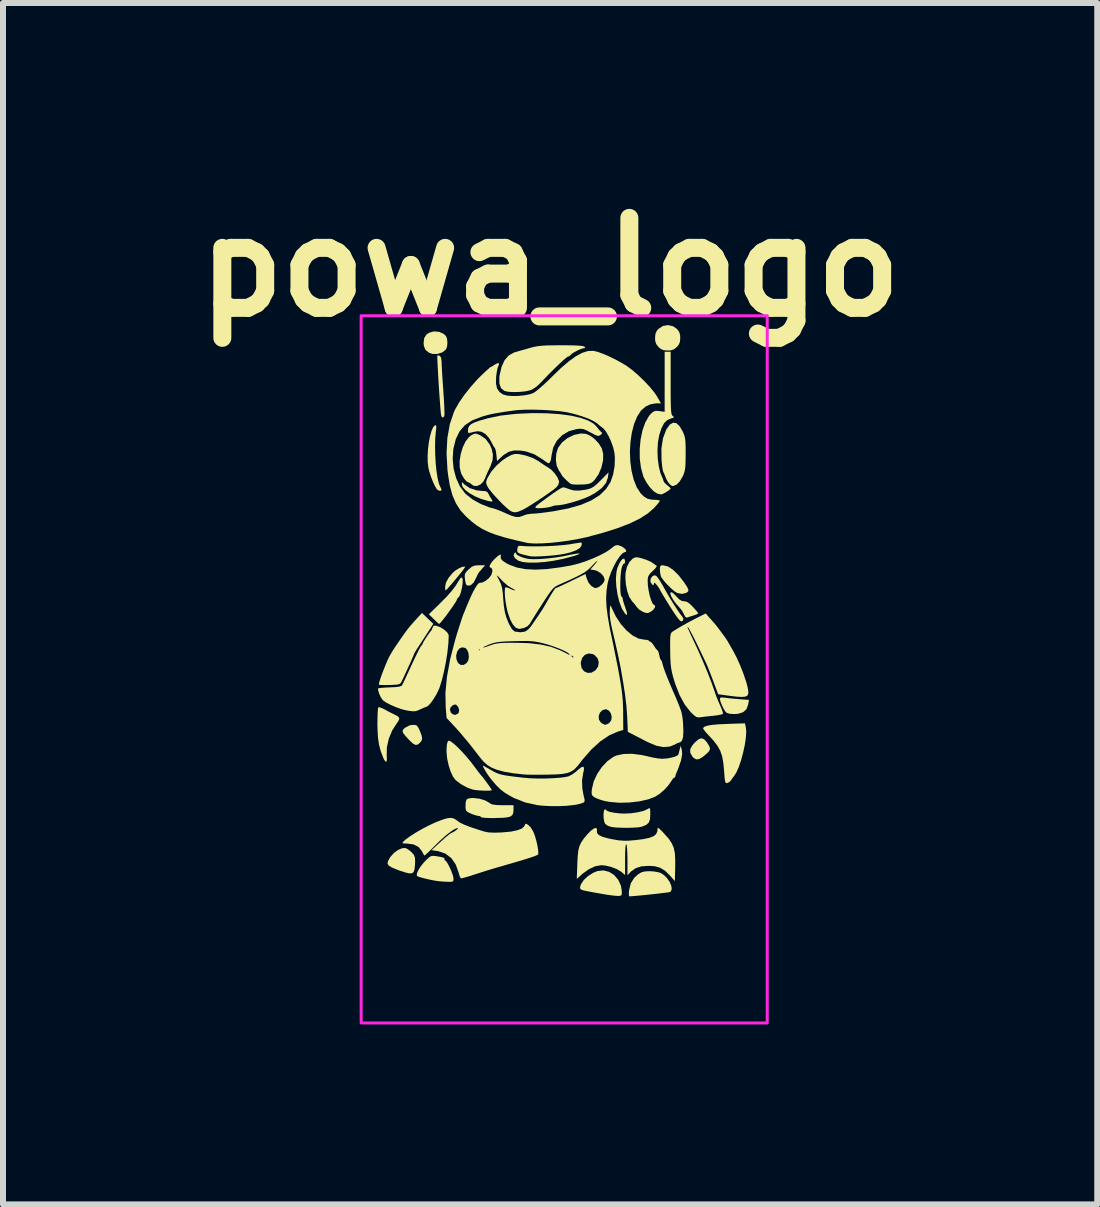
<source format=kicad_pcb>
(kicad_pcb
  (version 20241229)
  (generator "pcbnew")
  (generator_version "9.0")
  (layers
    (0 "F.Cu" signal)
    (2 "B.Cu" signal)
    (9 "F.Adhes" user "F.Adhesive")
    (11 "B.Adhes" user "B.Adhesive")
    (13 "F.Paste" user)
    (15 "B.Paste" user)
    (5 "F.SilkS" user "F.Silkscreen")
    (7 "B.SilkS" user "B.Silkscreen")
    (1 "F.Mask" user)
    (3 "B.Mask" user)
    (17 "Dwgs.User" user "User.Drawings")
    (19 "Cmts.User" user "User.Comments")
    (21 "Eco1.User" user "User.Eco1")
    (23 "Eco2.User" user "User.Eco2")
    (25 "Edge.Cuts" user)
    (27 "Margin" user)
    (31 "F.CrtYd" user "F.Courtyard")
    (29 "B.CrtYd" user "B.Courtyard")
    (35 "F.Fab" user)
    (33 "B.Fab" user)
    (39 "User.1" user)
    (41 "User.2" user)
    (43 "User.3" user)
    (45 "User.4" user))
  (footprint "powa_logo"
    (layer "F.Cu")
    (at 6.131 7.094)
    (property "Reference" "powa_logo" (at -0.01 -5.69 0) (layer "F.SilkS") (effects (font (size 1.5 1.5) (thickness 0.3))))
    (attr board_only exclude_from_pos_files exclude_from_bom)
    (fp_poly (pts (xy -1.862 -4.612) (xy -1.786 -4.579) (xy -1.746 -4.542) (xy -1.728 -4.495) (xy -1.722 -4.429) (xy -1.728 -4.364) (xy -1.746 -4.318) (xy -1.806 -4.27) (xy -1.885 -4.244) (xy -1.969 -4.243) (xy -2.03 -4.264) (xy -2.087 -4.311) (xy -2.114 -4.374) (xy -2.119 -4.43) (xy -2.108 -4.51) (xy -2.072 -4.566) (xy -2.026 -4.597) (xy -1.947 -4.619)) (stroke (width 0) (type solid)) (fill yes) (layer "F.SilkS"))
    (fp_poly (pts (xy 2.556 2.179) (xy 2.602 2.229) (xy 2.607 2.236) (xy 2.645 2.298) (xy 2.657 2.341) (xy 2.642 2.378) (xy 2.611 2.411) (xy 2.533 2.477) (xy 2.473 2.511) (xy 2.425 2.516) (xy 2.383 2.491) (xy 2.361 2.467) (xy 2.327 2.406) (xy 2.326 2.347) (xy 2.361 2.283) (xy 2.397 2.241) (xy 2.459 2.185) (xy 2.51 2.164)) (stroke (width 0) (type solid)) (fill yes) (layer "F.SilkS"))
    (fp_poly (pts (xy -1.435 -2.064) (xy -1.348 -2.006) (xy -1.24 -1.97) (xy -1.15 -1.96) (xy -1.09 -1.956) (xy -1.057 -1.942) (xy -1.04 -1.915) (xy -1.012 -1.863) (xy -0.988 -1.825) (xy -0.97 -1.795) (xy -0.976 -1.783) (xy -1.014 -1.786) (xy -1.05 -1.794) (xy -1.159 -1.825) (xy -1.262 -1.869) (xy -1.352 -1.92) (xy -1.423 -1.974) (xy -1.468 -2.027) (xy -1.48 -2.065) (xy -1.48 -2.107)) (stroke (width 0) (type solid)) (fill yes) (layer "F.SilkS"))
    (fp_poly (pts (xy -1.427 -0.693) (xy -1.436 -0.676) (xy -1.465 -0.636) (xy -1.509 -0.58) (xy -1.562 -0.515) (xy -1.618 -0.448) (xy -1.671 -0.386) (xy -1.715 -0.336) (xy -1.744 -0.306) (xy -1.753 -0.3) (xy -1.758 -0.317) (xy -1.76 -0.359) (xy -1.76 -0.361) (xy -1.746 -0.432) (xy -1.703 -0.51) (xy -1.633 -0.595) (xy -1.586 -0.635) (xy -1.53 -0.669) (xy -1.477 -0.692) (xy -1.437 -0.698)) (stroke (width 0) (type solid)) (fill yes) (layer "F.SilkS"))
    (fp_poly (pts (xy 2.905 1.488) (xy 2.968 1.496) (xy 3.053 1.505) (xy 3.142 1.512) (xy 3.147 1.513) (xy 3.305 1.524) (xy 3.293 1.597) (xy 3.265 1.677) (xy 3.21 1.729) (xy 3.125 1.756) (xy 3.062 1.76) (xy 2.985 1.756) (xy 2.938 1.742) (xy 2.917 1.725) (xy 2.886 1.678) (xy 2.855 1.615) (xy 2.831 1.554) (xy 2.82 1.509) (xy 2.82 1.507) (xy 2.827 1.488) (xy 2.855 1.483)) (stroke (width 0) (type solid)) (fill yes) (layer "F.SilkS"))
    (fp_poly (pts (xy -2.254 1.943) (xy -2.226 1.958) (xy -2.203 1.994) (xy -2.182 2.039) (xy -2.153 2.114) (xy -2.143 2.166) (xy -2.152 2.204) (xy -2.18 2.24) (xy -2.18 2.24) (xy -2.218 2.27) (xy -2.254 2.275) (xy -2.296 2.253) (xy -2.352 2.201) (xy -2.363 2.189) (xy -2.424 2.123) (xy -2.459 2.078) (xy -2.47 2.046) (xy -2.46 2.019) (xy -2.431 1.991) (xy -2.427 1.988) (xy -2.35 1.948) (xy -2.297 1.941)) (stroke (width 0) (type solid)) (fill yes) (layer "F.SilkS"))
    (fp_poly (pts (xy -1.132 -0.676) (xy -1.168 -0.634) (xy -1.192 -0.607) (xy -1.214 -0.573) (xy -1.238 -0.522) (xy -1.24 -0.517) (xy -1.283 -0.434) (xy -1.331 -0.389) (xy -1.371 -0.38) (xy -1.398 -0.386) (xy -1.414 -0.409) (xy -1.425 -0.459) (xy -1.428 -0.48) (xy -1.434 -0.541) (xy -1.427 -0.581) (xy -1.401 -0.618) (xy -1.369 -0.65) (xy -1.318 -0.693) (xy -1.272 -0.714) (xy -1.211 -0.72) (xy -1.195 -0.72) (xy -1.094 -0.72)) (stroke (width 0) (type solid)) (fill yes) (layer "F.SilkS"))
    (fp_poly (pts (xy 2.04 -4.705) (xy 2.102 -4.662) (xy 2.14 -4.614) (xy 2.157 -4.562) (xy 2.16 -4.51) (xy 2.154 -4.443) (xy 2.133 -4.394) (xy 2.102 -4.358) (xy 2.054 -4.32) (xy 2.002 -4.303) (xy 1.95 -4.3) (xy 1.883 -4.306) (xy 1.834 -4.327) (xy 1.798 -4.358) (xy 1.76 -4.406) (xy 1.743 -4.458) (xy 1.74 -4.51) (xy 1.746 -4.577) (xy 1.767 -4.626) (xy 1.798 -4.662) (xy 1.872 -4.71) (xy 1.957 -4.724)) (stroke (width 0) (type solid)) (fill yes) (layer "F.SilkS"))
    (fp_poly (pts (xy 1.952 -0.701) (xy 2.04 -0.645) (xy 2.133 -0.553) (xy 2.229 -0.429) (xy 2.237 -0.416) (xy 2.278 -0.352) (xy 2.296 -0.31) (xy 2.292 -0.284) (xy 2.267 -0.264) (xy 2.261 -0.261) (xy 2.191 -0.242) (xy 2.109 -0.259) (xy 2.104 -0.261) (xy 2.061 -0.288) (xy 2.004 -0.338) (xy 1.943 -0.398) (xy 1.888 -0.46) (xy 1.849 -0.513) (xy 1.838 -0.534) (xy 1.825 -0.589) (xy 1.82 -0.651) (xy 1.824 -0.698) (xy 1.841 -0.717) (xy 1.871 -0.72)) (stroke (width 0) (type solid)) (fill yes) (layer "F.SilkS"))
    (fp_poly (pts (xy -2.421 3.994) (xy -2.384 4.013) (xy -2.336 4.049) (xy -2.323 4.061) (xy -2.281 4.107) (xy -2.263 4.155) (xy -2.26 4.206) (xy -2.263 4.278) (xy -2.27 4.345) (xy -2.272 4.357) (xy -2.286 4.394) (xy -2.31 4.414) (xy -2.353 4.417) (xy -2.418 4.403) (xy -2.512 4.373) (xy -2.555 4.357) (xy -2.644 4.321) (xy -2.698 4.289) (xy -2.72 4.254) (xy -2.712 4.211) (xy -2.678 4.151) (xy -2.665 4.133) (xy -2.612 4.075) (xy -2.546 4.027) (xy -2.479 3.998) (xy -2.423 3.993)) (stroke (width 0) (type solid)) (fill yes) (layer "F.SilkS"))
    (fp_poly (pts (xy 0.974 4.391) (xy 1.059 4.445) (xy 1.126 4.524) (xy 1.171 4.622) (xy 1.184 4.703) (xy 1.186 4.757) (xy 1.177 4.783) (xy 1.151 4.792) (xy 1.13 4.793) (xy 1.085 4.791) (xy 1.013 4.783) (xy 0.924 4.77) (xy 0.86 4.759) (xy 0.739 4.738) (xy 0.652 4.722) (xy 0.592 4.71) (xy 0.553 4.702) (xy 0.529 4.695) (xy 0.514 4.689) (xy 0.504 4.683) (xy 0.489 4.665) (xy 0.492 4.633) (xy 0.507 4.594) (xy 0.551 4.528) (xy 0.621 4.463) (xy 0.706 4.408) (xy 0.779 4.378) (xy 0.879 4.367)) (stroke (width 0) (type solid)) (fill yes) (layer "F.SilkS"))
    (fp_poly (pts (xy 1.723 4.385) (xy 1.796 4.398) (xy 1.829 4.408) (xy 1.889 4.445) (xy 1.941 4.498) (xy 1.983 4.56) (xy 2.01 4.622) (xy 2.018 4.677) (xy 2.004 4.716) (xy 1.983 4.729) (xy 1.955 4.734) (xy 1.895 4.741) (xy 1.813 4.751) (xy 1.716 4.762) (xy 1.613 4.773) (xy 1.513 4.783) (xy 1.425 4.791) (xy 1.355 4.797) (xy 1.314 4.8) (xy 1.312 4.8) (xy 1.304 4.782) (xy 1.303 4.736) (xy 1.307 4.698) (xy 1.335 4.583) (xy 1.392 4.491) (xy 1.46 4.43) (xy 1.512 4.399) (xy 1.571 4.384) (xy 1.645 4.38)) (stroke (width 0) (type solid)) (fill yes) (layer "F.SilkS"))
    (fp_poly (pts (xy 2.053 -0.245) (xy 2.091 -0.204) (xy 2.144 -0.15) (xy 2.188 -0.125) (xy 2.224 -0.12) (xy 2.267 -0.112) (xy 2.313 -0.083) (xy 2.37 -0.027) (xy 2.372 -0.025) (xy 2.417 0.026) (xy 2.449 0.064) (xy 2.46 0.082) (xy 2.443 0.094) (xy 2.399 0.111) (xy 2.378 0.118) (xy 2.321 0.136) (xy 2.278 0.15) (xy 2.27 0.153) (xy 2.246 0.143) (xy 2.224 0.102) (xy 2.223 0.101) (xy 2.193 0.043) (xy 2.152 -0.01) (xy 2.095 -0.073) (xy 2.046 -0.139) (xy 2.011 -0.199) (xy 1.994 -0.245) (xy 1.998 -0.266) (xy 2.019 -0.27)) (stroke (width 0) (type solid)) (fill yes) (layer "F.SilkS"))
    (fp_poly (pts (xy -2.85 1.648) (xy -2.803 1.666) (xy -2.764 1.686) (xy -2.693 1.725) (xy -2.622 1.76) (xy -2.595 1.773) (xy -2.541 1.803) (xy -2.523 1.836) (xy -2.54 1.879) (xy -2.565 1.913) (xy -2.642 2.033) (xy -2.699 2.171) (xy -2.731 2.314) (xy -2.734 2.449) (xy -2.734 2.451) (xy -2.731 2.521) (xy -2.739 2.555) (xy -2.757 2.551) (xy -2.783 2.509) (xy -2.793 2.485) (xy -2.834 2.377) (xy -2.862 2.271) (xy -2.879 2.157) (xy -2.887 2.023) (xy -2.889 1.927) (xy -2.888 1.828) (xy -2.885 1.743) (xy -2.881 1.681) (xy -2.875 1.649) (xy -2.874 1.648)) (stroke (width 0) (type solid)) (fill yes) (layer "F.SilkS"))
    (fp_poly (pts (xy -1.467 -0.484) (xy -1.468 -0.422) (xy -1.479 -0.345) (xy -1.496 -0.273) (xy -1.516 -0.216) (xy -1.536 -0.184) (xy -1.544 -0.18) (xy -1.559 -0.164) (xy -1.56 -0.155) (xy -1.571 -0.13) (xy -1.601 -0.081) (xy -1.644 -0.018) (xy -1.694 0.052) (xy -1.745 0.123) (xy -1.794 0.185) (xy -1.832 0.232) (xy -1.856 0.256) (xy -1.86 0.257) (xy -1.879 0.244) (xy -1.916 0.21) (xy -1.951 0.176) (xy -2.031 0.097) (xy -1.843 -0.087) (xy -1.732 -0.199) (xy -1.648 -0.295) (xy -1.582 -0.382) (xy -1.531 -0.467) (xy -1.53 -0.468) (xy -1.501 -0.511) (xy -1.479 -0.516)) (stroke (width 0) (type solid)) (fill yes) (layer "F.SilkS"))
    (fp_poly (pts (xy -1.911 -3.051) (xy -1.907 -3.022) (xy -1.913 -2.962) (xy -1.915 -2.947) (xy -1.925 -2.832) (xy -1.928 -2.7) (xy -1.925 -2.56) (xy -1.917 -2.42) (xy -1.904 -2.289) (xy -1.886 -2.175) (xy -1.865 -2.086) (xy -1.849 -2.045) (xy -1.828 -2.001) (xy -1.82 -1.975) (xy -1.834 -1.961) (xy -1.865 -1.965) (xy -1.895 -1.984) (xy -1.897 -1.987) (xy -1.927 -2.035) (xy -1.962 -2.109) (xy -1.996 -2.197) (xy -2.024 -2.284) (xy -2.038 -2.341) (xy -2.05 -2.434) (xy -2.052 -2.541) (xy -2.046 -2.655) (xy -2.032 -2.767) (xy -2.012 -2.871) (xy -1.987 -2.959) (xy -1.959 -3.023) (xy -1.928 -3.055) (xy -1.925 -3.056)) (stroke (width 0) (type solid)) (fill yes) (layer "F.SilkS"))
    (fp_poly (pts (xy -1.851 -4.213) (xy -1.828 -4.185) (xy -1.82 -4.122) (xy -1.819 -4.116) (xy -1.818 -4.069) (xy -1.814 -3.99) (xy -1.808 -3.888) (xy -1.8 -3.768) (xy -1.791 -3.641) (xy -1.791 -3.634) (xy -1.782 -3.511) (xy -1.776 -3.4) (xy -1.772 -3.309) (xy -1.771 -3.243) (xy -1.773 -3.21) (xy -1.773 -3.209) (xy -1.794 -3.182) (xy -1.815 -3.192) (xy -1.828 -3.225) (xy -1.832 -3.261) (xy -1.838 -3.327) (xy -1.845 -3.418) (xy -1.853 -3.525) (xy -1.861 -3.644) (xy -1.869 -3.766) (xy -1.876 -3.886) (xy -1.882 -3.997) (xy -1.887 -4.091) (xy -1.89 -4.164) (xy -1.891 -4.207) (xy -1.89 -4.217) (xy -1.867 -4.218)) (stroke (width 0) (type solid)) (fill yes) (layer "F.SilkS"))
    (fp_poly (pts (xy -1.207 -2.902) (xy -1.177 -2.889) (xy -1.085 -2.826) (xy -1.015 -2.731) (xy -0.984 -2.659) (xy -0.963 -2.563) (xy -0.969 -2.472) (xy -1.004 -2.372) (xy -1.017 -2.344) (xy -1.05 -2.276) (xy -1.077 -2.214) (xy -1.09 -2.18) (xy -1.123 -2.114) (xy -1.172 -2.066) (xy -1.229 -2.042) (xy -1.283 -2.044) (xy -1.32 -2.07) (xy -1.352 -2.095) (xy -1.368 -2.1) (xy -1.402 -2.117) (xy -1.442 -2.163) (xy -1.481 -2.228) (xy -1.495 -2.258) (xy -1.517 -2.351) (xy -1.518 -2.46) (xy -1.5 -2.575) (xy -1.466 -2.687) (xy -1.419 -2.785) (xy -1.361 -2.859) (xy -1.324 -2.887) (xy -1.28 -2.91) (xy -1.248 -2.915)) (stroke (width 0) (type solid)) (fill yes) (layer "F.SilkS"))
    (fp_poly (pts (xy -0.58 -0.918) (xy -0.561 -0.894) (xy -0.51 -0.866) (xy -0.471 -0.851) (xy -0.412 -0.834) (xy -0.353 -0.824) (xy -0.282 -0.821) (xy -0.187 -0.824) (xy -0.146 -0.826) (xy -0.031 -0.836) (xy 0.094 -0.851) (xy 0.208 -0.87) (xy 0.25 -0.879) (xy 0.352 -0.9) (xy 0.426 -0.913) (xy 0.471 -0.917) (xy 0.483 -0.913) (xy 0.46 -0.9) (xy 0.402 -0.879) (xy 0.37 -0.87) (xy 0.215 -0.829) (xy 0.057 -0.797) (xy -0.098 -0.775) (xy -0.242 -0.764) (xy -0.369 -0.764) (xy -0.471 -0.775) (xy -0.54 -0.797) (xy -0.596 -0.839) (xy -0.618 -0.882) (xy -0.605 -0.923) (xy -0.602 -0.926) (xy -0.584 -0.935)) (stroke (width 0) (type solid)) (fill yes) (layer "F.SilkS"))
    (fp_poly (pts (xy 0.518 -1.083) (xy 0.516 -1.055) (xy 0.49 -1.011) (xy 0.425 -0.97) (xy 0.323 -0.933) (xy 0.229 -0.911) (xy 0.152 -0.898) (xy 0.056 -0.886) (xy -0.049 -0.877) (xy -0.153 -0.87) (xy -0.246 -0.867) (xy -0.317 -0.868) (xy -0.35 -0.872) (xy -0.443 -0.894) (xy -0.504 -0.911) (xy -0.539 -0.926) (xy -0.554 -0.943) (xy -0.558 -0.965) (xy -0.556 -0.988) (xy -0.548 -1.031) (xy -0.525 -1.045) (xy -0.49 -1.043) (xy -0.406 -1.037) (xy -0.293 -1.035) (xy -0.163 -1.036) (xy -0.026 -1.04) (xy 0.106 -1.048) (xy 0.223 -1.058) (xy 0.305 -1.068) (xy 0.389 -1.082) (xy 0.457 -1.092) (xy 0.5 -1.099) (xy 0.511 -1.1)) (stroke (width 0) (type solid)) (fill yes) (layer "F.SilkS"))
    (fp_poly (pts (xy -1.19 3.171) (xy -1.094 3.2) (xy -1.018 3.243) (xy -1.004 3.255) (xy -0.967 3.269) (xy -0.893 3.278) (xy -0.799 3.28) (xy -0.62 3.28) (xy -0.62 3.346) (xy -0.623 3.402) (xy -0.637 3.441) (xy -0.667 3.467) (xy -0.719 3.482) (xy -0.8 3.49) (xy -0.914 3.493) (xy -0.918 3.494) (xy -1.015 3.494) (xy -1.092 3.491) (xy -1.143 3.485) (xy -1.16 3.479) (xy -1.177 3.463) (xy -1.198 3.46) (xy -1.239 3.452) (xy -1.298 3.433) (xy -1.328 3.421) (xy -1.383 3.395) (xy -1.41 3.371) (xy -1.419 3.335) (xy -1.42 3.302) (xy -1.417 3.228) (xy -1.402 3.185) (xy -1.367 3.166) (xy -1.306 3.16) (xy -1.289 3.16)) (stroke (width 0) (type solid)) (fill yes) (layer "F.SilkS"))
    (fp_poly (pts (xy 3.252 1.973) (xy 3.26 2.05) (xy 3.254 2.154) (xy 3.236 2.275) (xy 3.208 2.404) (xy 3.174 2.53) (xy 3.135 2.645) (xy 3.093 2.738) (xy 3.061 2.788) (xy 3.025 2.836) (xy 3.001 2.87) (xy 2.996 2.878) (xy 2.974 2.897) (xy 2.948 2.908) (xy 2.929 2.912) (xy 2.916 2.904) (xy 2.907 2.878) (xy 2.9 2.827) (xy 2.894 2.744) (xy 2.892 2.725) (xy 2.879 2.582) (xy 2.859 2.468) (xy 2.827 2.374) (xy 2.779 2.288) (xy 2.711 2.199) (xy 2.632 2.114) (xy 2.585 2.062) (xy 2.552 2.02) (xy 2.54 1.998) (xy 2.556 1.975) (xy 2.605 1.956) (xy 2.689 1.941) (xy 2.81 1.931) (xy 2.944 1.925) (xy 3.238 1.915)) (stroke (width 0) (type solid)) (fill yes) (layer "F.SilkS"))
    (fp_poly (pts (xy -1.917 4.128) (xy -1.906 4.13) (xy -1.827 4.144) (xy -1.783 4.157) (xy -1.768 4.173) (xy -1.771 4.182) (xy -1.767 4.199) (xy -1.76 4.2) (xy -1.74 4.217) (xy -1.712 4.262) (xy -1.681 4.323) (xy -1.652 4.39) (xy -1.63 4.453) (xy -1.62 4.5) (xy -1.62 4.505) (xy -1.623 4.538) (xy -1.638 4.554) (xy -1.676 4.558) (xy -1.715 4.557) (xy -1.787 4.554) (xy -1.853 4.548) (xy -1.87 4.547) (xy -1.946 4.535) (xy -2.03 4.518) (xy -2.11 4.499) (xy -2.177 4.481) (xy -2.22 4.465) (xy -2.231 4.458) (xy -2.232 4.422) (xy -2.209 4.367) (xy -2.168 4.301) (xy -2.113 4.233) (xy -2.086 4.205) (xy -2.036 4.157) (xy -2 4.131) (xy -1.965 4.124)) (stroke (width 0) (type solid)) (fill yes) (layer "F.SilkS"))
    (fp_poly (pts (xy 1.239 -0.797) (xy 1.24 -0.778) (xy 1.233 -0.75) (xy 1.222 -0.749) (xy 1.208 -0.738) (xy 1.19 -0.698) (xy 1.182 -0.671) (xy 1.172 -0.613) (xy 1.165 -0.537) (xy 1.161 -0.452) (xy 1.16 -0.367) (xy 1.162 -0.291) (xy 1.168 -0.233) (xy 1.176 -0.202) (xy 1.18 -0.2) (xy 1.197 -0.183) (xy 1.2 -0.165) (xy 1.207 -0.128) (xy 1.225 -0.068) (xy 1.241 -0.023) (xy 1.266 0.052) (xy 1.274 0.096) (xy 1.265 0.108) (xy 1.239 0.085) (xy 1.239 0.085) (xy 1.188 0.004) (xy 1.146 -0.106) (xy 1.114 -0.233) (xy 1.094 -0.367) (xy 1.087 -0.497) (xy 1.097 -0.612) (xy 1.111 -0.671) (xy 1.142 -0.746) (xy 1.174 -0.8) (xy 1.204 -0.828) (xy 1.227 -0.829)) (stroke (width 0) (type solid)) (fill yes) (layer "F.SilkS"))
    (fp_poly (pts (xy 1.653 3.332) (xy 1.659 3.359) (xy 1.66 3.416) (xy 1.66 3.435) (xy 1.655 3.518) (xy 1.634 3.572) (xy 1.591 3.609) (xy 1.522 3.637) (xy 1.468 3.648) (xy 1.385 3.654) (xy 1.287 3.657) (xy 1.185 3.656) (xy 1.091 3.652) (xy 1.017 3.643) (xy 1.001 3.64) (xy 0.946 3.619) (xy 0.908 3.59) (xy 0.906 3.588) (xy 0.891 3.548) (xy 0.882 3.49) (xy 0.881 3.428) (xy 0.887 3.376) (xy 0.9 3.35) (xy 0.918 3.35) (xy 0.92 3.356) (xy 0.938 3.374) (xy 0.988 3.392) (xy 1.059 3.406) (xy 1.143 3.416) (xy 1.228 3.42) (xy 1.343 3.414) (xy 1.454 3.398) (xy 1.548 3.375) (xy 1.615 3.345) (xy 1.615 3.345) (xy 1.64 3.33)) (stroke (width 0) (type solid)) (fill yes) (layer "F.SilkS"))
    (fp_poly (pts (xy 2.095 -3.089) (xy 2.147 -3.041) (xy 2.194 -2.964) (xy 2.217 -2.915) (xy 2.232 -2.872) (xy 2.242 -2.825) (xy 2.247 -2.766) (xy 2.25 -2.684) (xy 2.25 -2.58) (xy 2.249 -2.467) (xy 2.246 -2.384) (xy 2.24 -2.323) (xy 2.229 -2.274) (xy 2.213 -2.229) (xy 2.203 -2.206) (xy 2.153 -2.12) (xy 2.097 -2.063) (xy 2.039 -2.04) (xy 2.032 -2.04) (xy 2.001 -2.055) (xy 1.966 -2.092) (xy 1.964 -2.095) (xy 1.931 -2.15) (xy 1.91 -2.2) (xy 1.893 -2.246) (xy 1.879 -2.271) (xy 1.87 -2.299) (xy 1.86 -2.357) (xy 1.852 -2.434) (xy 1.848 -2.475) (xy 1.846 -2.668) (xy 1.872 -2.836) (xy 1.924 -2.976) (xy 1.934 -2.994) (xy 1.987 -3.066) (xy 2.041 -3.097)) (stroke (width 0) (type solid)) (fill yes) (layer "F.SilkS"))
    (fp_poly (pts (xy 0.584 -2.912) (xy 0.655 -2.883) (xy 0.73 -2.827) (xy 0.799 -2.754) (xy 0.849 -2.674) (xy 0.85 -2.674) (xy 0.875 -2.579) (xy 0.873 -2.468) (xy 0.846 -2.351) (xy 0.799 -2.239) (xy 0.732 -2.143) (xy 0.706 -2.116) (xy 0.672 -2.091) (xy 0.628 -2.076) (xy 0.563 -2.068) (xy 0.514 -2.066) (xy 0.439 -2.065) (xy 0.377 -2.068) (xy 0.342 -2.073) (xy 0.342 -2.073) (xy 0.312 -2.093) (xy 0.271 -2.129) (xy 0.228 -2.171) (xy 0.194 -2.208) (xy 0.18 -2.23) (xy 0.18 -2.23) (xy 0.169 -2.252) (xy 0.143 -2.292) (xy 0.138 -2.298) (xy 0.101 -2.377) (xy 0.086 -2.476) (xy 0.093 -2.58) (xy 0.122 -2.675) (xy 0.125 -2.68) (xy 0.19 -2.769) (xy 0.282 -2.842) (xy 0.389 -2.893) (xy 0.501 -2.917)) (stroke (width 0) (type solid)) (fill yes) (layer "F.SilkS"))
    (fp_poly (pts (xy -1.668 2.216) (xy -1.618 2.253) (xy -1.554 2.311) (xy -1.482 2.384) (xy -1.407 2.467) (xy -1.334 2.555) (xy -1.285 2.619) (xy -1.235 2.686) (xy -1.194 2.74) (xy -1.168 2.773) (xy -1.162 2.78) (xy -1.142 2.802) (xy -1.109 2.845) (xy -1.069 2.899) (xy -1.029 2.954) (xy -0.998 3) (xy -0.981 3.026) (xy -0.98 3.029) (xy -0.998 3.035) (xy -1.045 3.038) (xy -1.11 3.038) (xy -1.181 3.034) (xy -1.249 3.028) (xy -1.301 3.019) (xy -1.302 3.019) (xy -1.394 2.985) (xy -1.493 2.931) (xy -1.583 2.864) (xy -1.583 2.864) (xy -1.628 2.805) (xy -1.669 2.717) (xy -1.703 2.611) (xy -1.727 2.497) (xy -1.737 2.387) (xy -1.736 2.35) (xy -1.731 2.273) (xy -1.721 2.228) (xy -1.706 2.207) (xy -1.698 2.204)) (stroke (width 0) (type solid)) (fill yes) (layer "F.SilkS"))
    (fp_poly (pts (xy 0.954 -2.185) (xy 0.923 -2.094) (xy 0.852 -2.008) (xy 0.742 -1.926) (xy 0.65 -1.875) (xy 0.563 -1.837) (xy 0.459 -1.8) (xy 0.347 -1.766) (xy 0.242 -1.739) (xy 0.154 -1.723) (xy 0.111 -1.72) (xy 0.057 -1.714) (xy 0.024 -1.703) (xy -0.02 -1.69) (xy -0.087 -1.679) (xy -0.16 -1.672) (xy -0.222 -1.672) (xy -0.245 -1.675) (xy -0.258 -1.685) (xy -0.245 -1.706) (xy -0.201 -1.742) (xy -0.195 -1.747) (xy -0.067 -1.842) (xy 0.04 -1.919) (xy 0.123 -1.975) (xy 0.18 -2.009) (xy 0.207 -2.02) (xy 0.242 -2.013) (xy 0.296 -1.994) (xy 0.312 -1.988) (xy 0.382 -1.968) (xy 0.463 -1.965) (xy 0.506 -1.969) (xy 0.595 -1.982) (xy 0.661 -2) (xy 0.718 -2.03) (xy 0.777 -2.08) (xy 0.843 -2.145) (xy 0.965 -2.27)) (stroke (width 0) (type solid)) (fill yes) (layer "F.SilkS"))
    (fp_poly (pts (xy 1.763 -0.54) (xy 1.788 -0.51) (xy 1.819 -0.464) (xy 1.859 -0.398) (xy 1.901 -0.323) (xy 1.903 -0.319) (xy 1.949 -0.238) (xy 2.003 -0.148) (xy 2.059 -0.057) (xy 2.113 0.025) (xy 2.159 0.092) (xy 2.191 0.133) (xy 2.195 0.137) (xy 2.214 0.176) (xy 2.2 0.206) (xy 2.177 0.216) (xy 2.153 0.201) (xy 2.112 0.152) (xy 2.055 0.07) (xy 1.984 -0.04) (xy 1.927 -0.132) (xy 1.879 -0.211) (xy 1.843 -0.272) (xy 1.823 -0.309) (xy 1.819 -0.316) (xy 1.807 -0.339) (xy 1.778 -0.379) (xy 1.769 -0.39) (xy 1.738 -0.425) (xy 1.723 -0.43) (xy 1.72 -0.413) (xy 1.715 -0.387) (xy 1.694 -0.397) (xy 1.69 -0.4) (xy 1.663 -0.444) (xy 1.666 -0.496) (xy 1.696 -0.537) (xy 1.703 -0.542) (xy 1.736 -0.553)) (stroke (width 0) (type solid)) (fill yes) (layer "F.SilkS"))
    (fp_poly (pts (xy 1.456 -0.851) (xy 1.522 -0.835) (xy 1.596 -0.81) (xy 1.663 -0.781) (xy 1.711 -0.751) (xy 1.715 -0.748) (xy 1.751 -0.721) (xy 1.765 -0.715) (xy 1.766 -0.698) (xy 1.738 -0.661) (xy 1.704 -0.628) (xy 1.654 -0.579) (xy 1.628 -0.539) (xy 1.618 -0.493) (xy 1.617 -0.459) (xy 1.62 -0.382) (xy 1.633 -0.297) (xy 1.651 -0.213) (xy 1.674 -0.139) (xy 1.697 -0.086) (xy 1.719 -0.061) (xy 1.723 -0.06) (xy 1.741 -0.047) (xy 1.737 -0.017) (xy 1.714 0.018) (xy 1.682 0.046) (xy 1.636 0.071) (xy 1.601 0.077) (xy 1.559 0.065) (xy 1.529 0.052) (xy 1.475 0.018) (xy 1.436 -0.022) (xy 1.401 -0.07) (xy 1.356 -0.122) (xy 1.351 -0.128) (xy 1.309 -0.194) (xy 1.276 -0.288) (xy 1.254 -0.398) (xy 1.245 -0.513) (xy 1.248 -0.588) (xy 1.27 -0.691) (xy 1.312 -0.774) (xy 1.368 -0.832) (xy 1.411 -0.852)) (stroke (width 0) (type solid)) (fill yes) (layer "F.SilkS"))
    (fp_poly (pts (xy -0.534 -2.574) (xy -0.417 -2.55) (xy -0.3 -2.509) (xy -0.202 -2.456) (xy -0.18 -2.44) (xy -0.118 -2.397) (xy -0.056 -2.358) (xy -0.045 -2.352) (xy 0.012 -2.311) (xy 0.067 -2.252) (xy 0.112 -2.187) (xy 0.137 -2.128) (xy 0.14 -2.108) (xy 0.126 -2.061) (xy 0.095 -2.02) (xy 0.05 -1.983) (xy -0.02 -1.932) (xy -0.107 -1.871) (xy -0.201 -1.808) (xy -0.295 -1.747) (xy -0.38 -1.694) (xy -0.445 -1.656) (xy -0.465 -1.646) (xy -0.542 -1.613) (xy -0.597 -1.602) (xy -0.645 -1.613) (xy -0.681 -1.633) (xy -0.731 -1.674) (xy -0.797 -1.735) (xy -0.869 -1.808) (xy -0.939 -1.884) (xy -0.998 -1.954) (xy -1.04 -2.009) (xy -1.049 -2.024) (xy -1.071 -2.07) (xy -1.077 -2.104) (xy -1.067 -2.143) (xy -1.049 -2.183) (xy -0.99 -2.282) (xy -0.904 -2.382) (xy -0.803 -2.471) (xy -0.726 -2.522) (xy -0.655 -2.559) (xy -0.6 -2.575) (xy -0.543 -2.575)) (stroke (width 0) (type solid)) (fill yes) (layer "F.SilkS"))
    (fp_poly (pts (xy -2.051 0.166) (xy -1.957 0.256) (xy -2.072 0.433) (xy -2.126 0.516) (xy -2.176 0.593) (xy -2.217 0.656) (xy -2.234 0.681) (xy -2.262 0.728) (xy -2.279 0.759) (xy -2.28 0.764) (xy -2.288 0.785) (xy -2.309 0.834) (xy -2.339 0.903) (xy -2.376 0.983) (xy -2.414 1.066) (xy -2.45 1.144) (xy -2.48 1.207) (xy -2.487 1.22) (xy -2.502 1.244) (xy -2.523 1.26) (xy -2.56 1.269) (xy -2.621 1.273) (xy -2.682 1.276) (xy -2.76 1.277) (xy -2.823 1.276) (xy -2.859 1.272) (xy -2.863 1.27) (xy -2.862 1.247) (xy -2.848 1.196) (xy -2.824 1.125) (xy -2.793 1.042) (xy -2.759 0.956) (xy -2.725 0.875) (xy -2.694 0.808) (xy -2.691 0.803) (xy -2.67 0.765) (xy -2.646 0.724) (xy -2.615 0.675) (xy -2.573 0.612) (xy -2.517 0.53) (xy -2.442 0.423) (xy -2.411 0.38) (xy -2.373 0.33) (xy -2.318 0.265) (xy -2.259 0.198) (xy -2.254 0.193) (xy -2.146 0.075)) (stroke (width 0) (type solid)) (fill yes) (layer "F.SilkS"))
    (fp_poly (pts (xy 0.321 -4.387) (xy 0.43 -4.384) (xy 0.505 -4.379) (xy 0.549 -4.371) (xy 0.564 -4.364) (xy 0.577 -4.345) (xy 0.558 -4.34) (xy 0.517 -4.33) (xy 0.459 -4.307) (xy 0.399 -4.276) (xy 0.352 -4.246) (xy 0.334 -4.227) (xy 0.305 -4.203) (xy 0.291 -4.2) (xy 0.267 -4.186) (xy 0.22 -4.147) (xy 0.155 -4.088) (xy 0.075 -4.011) (xy -0.014 -3.923) (xy -0.108 -3.826) (xy -0.177 -3.754) (xy -0.241 -3.695) (xy -0.306 -3.652) (xy -0.337 -3.639) (xy -0.421 -3.62) (xy -0.519 -3.61) (xy -0.618 -3.607) (xy -0.706 -3.612) (xy -0.769 -3.626) (xy -0.774 -3.628) (xy -0.828 -3.673) (xy -0.855 -3.748) (xy -0.856 -3.852) (xy -0.852 -3.886) (xy -0.819 -4.029) (xy -0.769 -4.138) (xy -0.702 -4.216) (xy -0.613 -4.266) (xy -0.583 -4.276) (xy -0.516 -4.295) (xy -0.429 -4.319) (xy -0.341 -4.345) (xy -0.34 -4.345) (xy -0.279 -4.361) (xy -0.218 -4.372) (xy -0.15 -4.38) (xy -0.066 -4.385) (xy 0.042 -4.387) (xy 0.175 -4.388)) (stroke (width 0) (type solid)) (fill yes) (layer "F.SilkS"))
    (fp_poly (pts (xy -1.11 2.629) (xy -1.065 2.654) (xy -1.005 2.689) (xy -0.996 2.694) (xy -0.944 2.723) (xy -0.896 2.746) (xy -0.843 2.764) (xy -0.78 2.779) (xy -0.699 2.792) (xy -0.592 2.806) (xy -0.46 2.821) (xy -0.346 2.831) (xy -0.218 2.835) (xy -0.086 2.835) (xy 0.042 2.83) (xy 0.156 2.822) (xy 0.247 2.81) (xy 0.299 2.798) (xy 0.355 2.769) (xy 0.418 2.724) (xy 0.448 2.697) (xy 0.505 2.65) (xy 0.541 2.637) (xy 0.556 2.659) (xy 0.55 2.713) (xy 0.543 2.737) (xy 0.523 2.86) (xy 0.527 2.999) (xy 0.548 3.115) (xy 0.563 3.177) (xy 0.566 3.211) (xy 0.556 3.23) (xy 0.543 3.238) (xy 0.477 3.26) (xy 0.38 3.278) (xy 0.261 3.29) (xy 0.129 3.296) (xy -0.007 3.295) (xy -0.138 3.288) (xy -0.229 3.278) (xy -0.425 3.234) (xy -0.61 3.161) (xy -0.672 3.128) (xy -0.761 3.075) (xy -0.836 3.018) (xy -0.908 2.947) (xy -0.987 2.854) (xy -1.028 2.801) (xy -1.068 2.742) (xy -1.102 2.686) (xy -1.125 2.643) (xy -1.131 2.621) (xy -1.129 2.62)) (stroke (width 0) (type solid)) (fill yes) (layer "F.SilkS"))
    (fp_poly (pts (xy 2.186 2.356) (xy 2.192 2.431) (xy 2.173 2.533) (xy 2.13 2.659) (xy 2.105 2.72) (xy 2.085 2.769) (xy 2.077 2.801) (xy 2.077 2.805) (xy 2.065 2.82) (xy 2.061 2.82) (xy 2.039 2.836) (xy 2.013 2.875) (xy 2.012 2.876) (xy 1.965 2.945) (xy 1.896 3.021) (xy 1.818 3.089) (xy 1.746 3.136) (xy 1.746 3.137) (xy 1.624 3.183) (xy 1.476 3.216) (xy 1.312 3.235) (xy 1.146 3.239) (xy 0.988 3.226) (xy 0.895 3.209) (xy 0.822 3.187) (xy 0.757 3.162) (xy 0.728 3.147) (xy 0.698 3.124) (xy 0.684 3.097) (xy 0.683 3.054) (xy 0.688 3.005) (xy 0.718 2.882) (xy 0.775 2.759) (xy 0.853 2.644) (xy 0.944 2.547) (xy 1.044 2.475) (xy 1.098 2.451) (xy 1.215 2.426) (xy 1.357 2.423) (xy 1.514 2.443) (xy 1.606 2.463) (xy 1.695 2.484) (xy 1.782 2.499) (xy 1.85 2.506) (xy 1.86 2.506) (xy 1.937 2.501) (xy 2.013 2.487) (xy 2.078 2.468) (xy 2.12 2.446) (xy 2.129 2.434) (xy 2.139 2.398) (xy 2.151 2.35) (xy 2.166 2.29)) (stroke (width 0) (type solid)) (fill yes) (layer "F.SilkS"))
    (fp_poly (pts (xy 2 -3.757) (xy 2 -3.598) (xy 2.001 -3.474) (xy 2.003 -3.381) (xy 2.006 -3.313) (xy 2.01 -3.267) (xy 2.016 -3.237) (xy 2.025 -3.219) (xy 2.035 -3.209) (xy 2.055 -3.19) (xy 2.045 -3.179) (xy 2.01 -3.169) (xy 1.943 -3.141) (xy 1.89 -3.088) (xy 1.847 -3.007) (xy 1.81 -2.891) (xy 1.809 -2.888) (xy 1.788 -2.77) (xy 1.78 -2.637) (xy 1.785 -2.499) (xy 1.802 -2.369) (xy 1.829 -2.259) (xy 1.852 -2.203) (xy 1.872 -2.157) (xy 1.88 -2.126) (xy 1.895 -2.099) (xy 1.931 -2.064) (xy 1.94 -2.057) (xy 1.979 -2.025) (xy 1.999 -2.004) (xy 2 -2.001) (xy 1.984 -1.981) (xy 1.946 -1.953) (xy 1.899 -1.925) (xy 1.857 -1.905) (xy 1.839 -1.901) (xy 1.797 -1.91) (xy 1.769 -1.919) (xy 1.714 -1.956) (xy 1.654 -2.02) (xy 1.597 -2.1) (xy 1.552 -2.184) (xy 1.543 -2.207) (xy 1.505 -2.345) (xy 1.485 -2.499) (xy 1.484 -2.659) (xy 1.499 -2.818) (xy 1.53 -2.967) (xy 1.576 -3.099) (xy 1.636 -3.205) (xy 1.671 -3.247) (xy 1.713 -3.282) (xy 1.753 -3.295) (xy 1.81 -3.291) (xy 1.814 -3.29) (xy 1.9 -3.278) (xy 1.9 -3.779) (xy 1.9 -4.28) (xy 1.95 -4.28) (xy 2 -4.28)) (stroke (width 0) (type solid)) (fill yes) (layer "F.SilkS"))
    (fp_poly (pts (xy -1.903 0.29) (xy -1.837 0.315) (xy -1.774 0.355) (xy -1.725 0.4) (xy -1.701 0.442) (xy -1.7 0.451) (xy -1.706 0.582) (xy -1.722 0.733) (xy -1.747 0.893) (xy -1.779 1.051) (xy -1.814 1.196) (xy -1.852 1.316) (xy -1.865 1.35) (xy -1.903 1.428) (xy -1.949 1.504) (xy -1.996 1.571) (xy -2.039 1.619) (xy -2.071 1.64) (xy -2.074 1.641) (xy -2.1 1.649) (xy -2.148 1.67) (xy -2.17 1.68) (xy -2.219 1.702) (xy -2.259 1.713) (xy -2.303 1.714) (xy -2.366 1.706) (xy -2.403 1.7) (xy -2.483 1.68) (xy -2.576 1.647) (xy -2.669 1.607) (xy -2.747 1.566) (xy -2.795 1.533) (xy -2.829 1.487) (xy -2.86 1.421) (xy -2.878 1.356) (xy -2.88 1.336) (xy -2.861 1.329) (xy -2.811 1.323) (xy -2.739 1.318) (xy -2.687 1.316) (xy -2.59 1.311) (xy -2.527 1.304) (xy -2.491 1.292) (xy -2.477 1.28) (xy -2.463 1.252) (xy -2.436 1.195) (xy -2.399 1.115) (xy -2.354 1.018) (xy -2.318 0.94) (xy -2.27 0.838) (xy -2.227 0.749) (xy -2.192 0.679) (xy -2.168 0.636) (xy -2.158 0.623) (xy -2.14 0.602) (xy -2.14 0.599) (xy -2.13 0.575) (xy -2.104 0.53) (xy -2.07 0.476) (xy -2.035 0.425) (xy -2.008 0.389) (xy -1.999 0.38) (xy -1.983 0.355) (xy -1.971 0.323) (xy -1.953 0.29) (xy -1.92 0.286)) (stroke (width 0) (type solid)) (fill yes) (layer "F.SilkS"))
    (fp_poly (pts (xy -0.071 -3.254) (xy 0.143 -3.24) (xy 0.332 -3.215) (xy 0.493 -3.179) (xy 0.622 -3.134) (xy 0.718 -3.079) (xy 0.774 -3.021) (xy 0.808 -2.976) (xy 0.838 -2.946) (xy 0.858 -2.926) (xy 0.847 -2.906) (xy 0.83 -2.893) (xy 0.806 -2.879) (xy 0.78 -2.879) (xy 0.741 -2.893) (xy 0.679 -2.926) (xy 0.664 -2.934) (xy 0.594 -2.971) (xy 0.542 -2.991) (xy 0.496 -2.997) (xy 0.439 -2.992) (xy 0.438 -2.992) (xy 0.305 -2.956) (xy 0.192 -2.889) (xy 0.102 -2.797) (xy 0.042 -2.684) (xy 0.015 -2.556) (xy 0.004 -2.478) (xy -0.016 -2.432) (xy -0.036 -2.421) (xy -0.059 -2.432) (xy -0.101 -2.461) (xy -0.13 -2.482) (xy -0.27 -2.569) (xy -0.417 -2.619) (xy -0.507 -2.633) (xy -0.614 -2.634) (xy -0.703 -2.61) (xy -0.787 -2.557) (xy -0.832 -2.516) (xy -0.895 -2.457) (xy -0.905 -2.561) (xy -0.914 -2.622) (xy -0.925 -2.665) (xy -0.933 -2.677) (xy -0.951 -2.702) (xy -0.977 -2.75) (xy -0.989 -2.775) (xy -1.028 -2.841) (xy -1.08 -2.9) (xy -1.094 -2.912) (xy -1.152 -2.945) (xy -1.213 -2.955) (xy -1.289 -2.943) (xy -1.335 -2.93) (xy -1.369 -2.925) (xy -1.38 -2.947) (xy -1.38 -2.956) (xy -1.376 -3.004) (xy -1.359 -3.042) (xy -1.324 -3.074) (xy -1.267 -3.103) (xy -1.18 -3.133) (xy -1.06 -3.167) (xy -1.06 -3.168) (xy -0.837 -3.215) (xy -0.584 -3.244) (xy -0.303 -3.257)) (stroke (width 0) (type solid)) (fill yes) (layer "F.SilkS"))
    (fp_poly (pts (xy 1.815 3.675) (xy 1.857 3.716) (xy 1.899 3.762) (xy 1.97 3.842) (xy 2.019 3.916) (xy 2.052 3.992) (xy 2.07 4.08) (xy 2.076 4.19) (xy 2.076 4.31) (xy 2.07 4.545) (xy 1.99 4.455) (xy 1.907 4.373) (xy 1.825 4.323) (xy 1.733 4.297) (xy 1.63 4.291) (xy 1.509 4.3) (xy 1.415 4.331) (xy 1.338 4.386) (xy 1.321 4.404) (xy 1.28 4.448) (xy 1.28 4.195) (xy 1.278 4.091) (xy 1.274 4.008) (xy 1.268 3.952) (xy 1.26 3.93) (xy 1.251 3.943) (xy 1.245 3.995) (xy 1.241 4.084) (xy 1.24 4.181) (xy 1.24 4.444) (xy 1.179 4.392) (xy 1.106 4.347) (xy 1.011 4.31) (xy 0.91 4.286) (xy 0.841 4.28) (xy 0.742 4.298) (xy 0.635 4.348) (xy 0.529 4.424) (xy 0.52 4.433) (xy 0.435 4.509) (xy 0.444 4.26) (xy 0.45 4.134) (xy 0.46 4.039) (xy 0.479 3.964) (xy 0.509 3.899) (xy 0.553 3.835) (xy 0.612 3.764) (xy 0.67 3.705) (xy 0.72 3.669) (xy 0.755 3.659) (xy 0.772 3.675) (xy 0.77 3.705) (xy 0.773 3.744) (xy 0.802 3.777) (xy 0.861 3.806) (xy 0.954 3.832) (xy 1.03 3.848) (xy 1.128 3.865) (xy 1.21 3.872) (xy 1.295 3.872) (xy 1.4 3.863) (xy 1.412 3.862) (xy 1.548 3.845) (xy 1.648 3.823) (xy 1.717 3.796) (xy 1.758 3.761) (xy 1.778 3.715) (xy 1.78 3.685) (xy 1.782 3.663) (xy 1.792 3.658)) (stroke (width 0) (type solid)) (fill yes) (layer "F.SilkS"))
    (fp_poly (pts (xy 1.001 -0.044) (xy 1.014 -0.015) (xy 1.017 -0.008) (xy 1.086 0.134) (xy 1.17 0.261) (xy 1.265 0.368) (xy 1.364 0.45) (xy 1.464 0.502) (xy 1.558 0.52) (xy 1.609 0.525) (xy 1.638 0.536) (xy 1.64 0.541) (xy 1.651 0.555) (xy 1.656 0.552) (xy 1.675 0.562) (xy 1.705 0.597) (xy 1.721 0.621) (xy 1.752 0.668) (xy 1.777 0.696) (xy 1.783 0.7) (xy 1.794 0.718) (xy 1.807 0.762) (xy 1.81 0.78) (xy 1.822 0.83) (xy 1.835 0.858) (xy 1.839 0.86) (xy 1.852 0.878) (xy 1.864 0.921) (xy 1.867 0.935) (xy 1.879 0.977) (xy 1.904 1.048) (xy 1.94 1.141) (xy 1.984 1.249) (xy 2.034 1.366) (xy 2.036 1.371) (xy 2.091 1.497) (xy 2.131 1.594) (xy 2.16 1.67) (xy 2.18 1.731) (xy 2.192 1.787) (xy 2.2 1.843) (xy 2.206 1.907) (xy 2.207 1.921) (xy 2.212 2.05) (xy 2.207 2.142) (xy 2.19 2.201) (xy 2.163 2.229) (xy 2.153 2.232) (xy 2.11 2.246) (xy 2.069 2.269) (xy 1.983 2.303) (xy 1.879 2.311) (xy 1.769 2.29) (xy 1.75 2.283) (xy 1.676 2.253) (xy 1.603 2.221) (xy 1.578 2.208) (xy 1.519 2.177) (xy 1.445 2.139) (xy 1.396 2.114) (xy 1.286 2.058) (xy 1.274 1.784) (xy 1.262 1.623) (xy 1.239 1.431) (xy 1.206 1.217) (xy 1.166 0.988) (xy 1.118 0.753) (xy 1.065 0.519) (xy 1.048 0.447) (xy 1.015 0.305) (xy 0.994 0.194) (xy 0.985 0.107) (xy 0.985 0.047) (xy 0.989 -0.017) (xy 0.993 -0.046)) (stroke (width 0) (type solid)) (fill yes) (layer "F.SilkS"))
    (fp_poly (pts (xy -1.615 3.502) (xy -1.57 3.529) (xy -1.547 3.547) (xy -1.504 3.575) (xy -1.438 3.606) (xy -1.345 3.642) (xy -1.22 3.684) (xy -1.105 3.72) (xy -1.033 3.734) (xy -0.933 3.738) (xy -0.814 3.734) (xy -0.669 3.721) (xy -0.556 3.698) (xy -0.478 3.667) (xy -0.438 3.628) (xy -0.433 3.617) (xy -0.423 3.591) (xy -0.405 3.591) (xy -0.374 3.61) (xy -0.336 3.647) (xy -0.299 3.705) (xy -0.284 3.736) (xy -0.26 3.801) (xy -0.238 3.88) (xy -0.22 3.96) (xy -0.209 4.031) (xy -0.206 4.082) (xy -0.209 4.099) (xy -0.225 4.111) (xy -0.264 4.128) (xy -0.327 4.15) (xy -0.418 4.179) (xy -0.541 4.216) (xy -0.699 4.262) (xy -0.76 4.28) (xy -0.872 4.312) (xy -0.981 4.344) (xy -1.075 4.373) (xy -1.145 4.395) (xy -1.16 4.4) (xy -1.265 4.434) (xy -1.359 4.464) (xy -1.434 4.486) (xy -1.482 4.498) (xy -1.495 4.5) (xy -1.51 4.482) (xy -1.526 4.437) (xy -1.536 4.4) (xy -1.584 4.267) (xy -1.657 4.162) (xy -1.754 4.088) (xy -1.873 4.047) (xy -1.894 4.043) (xy -1.987 4.03) (xy -1.83 3.885) (xy -1.763 3.825) (xy -1.707 3.778) (xy -1.666 3.747) (xy -1.651 3.74) (xy -1.626 3.73) (xy -1.593 3.709) (xy -1.561 3.684) (xy -1.544 3.666) (xy -1.548 3.66) (xy -1.594 3.674) (xy -1.661 3.716) (xy -1.746 3.782) (xy -1.844 3.87) (xy -1.951 3.975) (xy -1.955 3.979) (xy -2.015 4.039) (xy -2.065 4.086) (xy -2.097 4.114) (xy -2.107 4.119) (xy -2.121 4.097) (xy -2.143 4.054) (xy -2.148 4.045) (xy -2.205 3.975) (xy -2.289 3.933) (xy -2.391 3.92) (xy -2.447 3.918) (xy -2.469 3.912) (xy -2.465 3.896) (xy -2.459 3.889) (xy -2.414 3.848) (xy -2.341 3.796) (xy -2.249 3.737) (xy -2.145 3.677) (xy -2.038 3.621) (xy -1.938 3.574) (xy -1.898 3.557) (xy -1.795 3.518) (xy -1.719 3.496) (xy -1.661 3.491)) (stroke (width 0) (type solid)) (fill yes) (layer "F.SilkS"))
    (fp_poly (pts (xy 2.647 0.155) (xy 2.689 0.202) (xy 2.721 0.239) (xy 2.73 0.248) (xy 2.758 0.282) (xy 2.801 0.338) (xy 2.849 0.403) (xy 2.897 0.468) (xy 2.934 0.521) (xy 2.952 0.55) (xy 2.973 0.587) (xy 3.007 0.646) (xy 3.046 0.715) (xy 3.046 0.715) (xy 3.104 0.826) (xy 3.162 0.957) (xy 3.215 1.093) (xy 3.258 1.22) (xy 3.281 1.304) (xy 3.293 1.37) (xy 3.295 1.418) (xy 3.281 1.451) (xy 3.248 1.469) (xy 3.191 1.475) (xy 3.106 1.471) (xy 2.988 1.457) (xy 2.901 1.445) (xy 2.792 1.43) (xy 2.706 1.2) (xy 2.67 1.105) (xy 2.636 1.018) (xy 2.608 0.949) (xy 2.591 0.91) (xy 2.57 0.867) (xy 2.537 0.798) (xy 2.497 0.715) (xy 2.471 0.66) (xy 2.417 0.549) (xy 2.369 0.454) (xy 2.329 0.379) (xy 2.299 0.327) (xy 2.283 0.305) (xy 2.28 0.307) (xy 2.288 0.332) (xy 2.31 0.383) (xy 2.343 0.454) (xy 2.368 0.507) (xy 2.457 0.697) (xy 2.541 0.888) (xy 2.618 1.073) (xy 2.683 1.242) (xy 2.734 1.387) (xy 2.741 1.41) (xy 2.763 1.471) (xy 2.795 1.55) (xy 2.824 1.615) (xy 2.852 1.68) (xy 2.869 1.731) (xy 2.872 1.757) (xy 2.872 1.757) (xy 2.848 1.767) (xy 2.795 1.778) (xy 2.724 1.788) (xy 2.715 1.789) (xy 2.631 1.797) (xy 2.553 1.806) (xy 2.499 1.813) (xy 2.458 1.816) (xy 2.425 1.807) (xy 2.387 1.779) (xy 2.333 1.727) (xy 2.333 1.727) (xy 2.237 1.605) (xy 2.15 1.447) (xy 2.076 1.258) (xy 2.046 1.16) (xy 2.023 1.072) (xy 2.008 0.993) (xy 1.999 0.911) (xy 1.994 0.814) (xy 1.992 0.692) (xy 1.991 0.582) (xy 1.992 0.505) (xy 1.996 0.453) (xy 2.003 0.421) (xy 2.014 0.401) (xy 2.032 0.386) (xy 2.037 0.382) (xy 2.105 0.34) (xy 2.197 0.286) (xy 2.303 0.227) (xy 2.413 0.169) (xy 2.447 0.152) (xy 2.584 0.083)) (stroke (width 0) (type solid)) (fill yes) (layer "F.SilkS"))
    (fp_poly (pts (xy 0.714 -4.294) (xy 0.783 -4.278) (xy 0.877 -4.244) (xy 0.986 -4.196) (xy 1.101 -4.139) (xy 1.212 -4.077) (xy 1.26 -4.048) (xy 1.355 -3.979) (xy 1.458 -3.89) (xy 1.562 -3.79) (xy 1.657 -3.688) (xy 1.734 -3.593) (xy 1.774 -3.532) (xy 1.838 -3.42) (xy 1.756 -3.42) (xy 1.662 -3.403) (xy 1.587 -3.369) (xy 1.507 -3.301) (xy 1.442 -3.201) (xy 1.39 -3.076) (xy 1.353 -2.932) (xy 1.33 -2.776) (xy 1.321 -2.613) (xy 1.327 -2.45) (xy 1.348 -2.293) (xy 1.384 -2.148) (xy 1.434 -2.021) (xy 1.5 -1.919) (xy 1.556 -1.864) (xy 1.619 -1.827) (xy 1.691 -1.813) (xy 1.722 -1.812) (xy 1.778 -1.809) (xy 1.814 -1.801) (xy 1.82 -1.795) (xy 1.807 -1.773) (xy 1.773 -1.731) (xy 1.726 -1.678) (xy 1.721 -1.673) (xy 1.618 -1.583) (xy 1.483 -1.497) (xy 1.314 -1.415) (xy 1.11 -1.337) (xy 0.869 -1.261) (xy 0.605 -1.19) (xy 0.463 -1.159) (xy 0.308 -1.132) (xy 0.15 -1.11) (xy -0.005 -1.094) (xy -0.147 -1.085) (xy -0.269 -1.083) (xy -0.364 -1.089) (xy -0.39 -1.093) (xy -0.596 -1.14) (xy -0.768 -1.184) (xy -0.912 -1.228) (xy -1.034 -1.274) (xy -1.139 -1.325) (xy -1.232 -1.383) (xy -1.321 -1.452) (xy -1.41 -1.532) (xy -1.411 -1.533) (xy -1.506 -1.637) (xy -1.58 -1.753) (xy -1.638 -1.887) (xy -1.681 -2.045) (xy -1.712 -2.234) (xy -1.721 -2.311) (xy -1.731 -2.497) (xy -1.634 -2.497) (xy -1.619 -2.333) (xy -1.578 -2.177) (xy -1.515 -2.037) (xy -1.431 -1.923) (xy -1.413 -1.905) (xy -1.3 -1.816) (xy -1.162 -1.74) (xy -1.019 -1.684) (xy -0.964 -1.67) (xy -0.913 -1.655) (xy -0.841 -1.627) (xy -0.763 -1.593) (xy -0.754 -1.589) (xy -0.657 -1.547) (xy -0.584 -1.526) (xy -0.525 -1.525) (xy -0.47 -1.542) (xy -0.453 -1.55) (xy -0.396 -1.569) (xy -0.325 -1.579) (xy -0.306 -1.58) (xy -0.252 -1.583) (xy -0.17 -1.591) (xy -0.07 -1.604) (xy 0.038 -1.619) (xy 0.05 -1.621) (xy 0.296 -1.668) (xy 0.506 -1.728) (xy 0.679 -1.802) (xy 0.819 -1.89) (xy 0.925 -1.994) (xy 0.998 -2.109) (xy 1.041 -2.234) (xy 1.066 -2.378) (xy 1.07 -2.522) (xy 1.062 -2.597) (xy 1.041 -2.687) (xy 1.007 -2.783) (xy 0.965 -2.874) (xy 0.921 -2.95) (xy 0.879 -3.001) (xy 0.869 -3.009) (xy 0.822 -3.044) (xy 0.772 -3.087) (xy 0.717 -3.123) (xy 0.633 -3.163) (xy 0.527 -3.202) (xy 0.41 -3.238) (xy 0.291 -3.267) (xy 0.26 -3.273) (xy 0.15 -3.289) (xy 0.016 -3.301) (xy -0.132 -3.31) (xy -0.282 -3.314) (xy -0.422 -3.314) (xy -0.541 -3.308) (xy -0.6 -3.302) (xy -0.738 -3.283) (xy -0.845 -3.266) (xy -0.929 -3.252) (xy -0.999 -3.238) (xy -1.063 -3.222) (xy -1.13 -3.203) (xy -1.161 -3.193) (xy -1.312 -3.134) (xy -1.431 -3.055) (xy -1.519 -2.953) (xy -1.582 -2.824) (xy -1.622 -2.664) (xy -1.623 -2.659) (xy -1.634 -2.497) (xy -1.731 -2.497) (xy -1.736 -2.587) (xy -1.723 -2.841) (xy -1.682 -3.072) (xy -1.613 -3.275) (xy -1.591 -3.322) (xy -1.526 -3.436) (xy -1.436 -3.565) (xy -1.331 -3.697) (xy -1.218 -3.824) (xy -1.149 -3.892) (xy -1.088 -3.95) (xy -1.038 -3.995) (xy -1.008 -4.022) (xy -1 -4.026) (xy -0.986 -4.031) (xy -0.95 -4.053) (xy -0.939 -4.061) (xy -0.891 -4.088) (xy -0.864 -4.089) (xy -0.862 -4.065) (xy -0.873 -4.043) (xy -0.886 -4.006) (xy -0.899 -3.943) (xy -0.909 -3.868) (xy -0.909 -3.867) (xy -0.913 -3.753) (xy -0.895 -3.669) (xy -0.853 -3.608) (xy -0.796 -3.568) (xy -0.734 -3.55) (xy -0.647 -3.542) (xy -0.545 -3.543) (xy -0.443 -3.553) (xy -0.351 -3.57) (xy -0.29 -3.591) (xy -0.25 -3.618) (xy -0.188 -3.668) (xy -0.112 -3.735) (xy -0.029 -3.813) (xy 0.019 -3.861) (xy 0.17 -4.007) (xy 0.303 -4.121) (xy 0.42 -4.205) (xy 0.524 -4.261) (xy 0.619 -4.291) (xy 0.706 -4.295)) (stroke (width 0) (type solid)) (fill yes) (layer "F.SilkS"))
    (fp_poly (pts (xy 1.175 -1.038) (xy 1.198 -1.025) (xy 1.24 -0.994) (xy 1.259 -0.964) (xy 1.254 -0.944) (xy 1.238 -0.94) (xy 1.2 -0.922) (xy 1.154 -0.873) (xy 1.104 -0.8) (xy 1.055 -0.71) (xy 1.01 -0.611) (xy 0.973 -0.509) (xy 0.95 -0.424) (xy 0.931 -0.299) (xy 0.924 -0.168) (xy 0.931 -0.025) (xy 0.952 0.14) (xy 0.986 0.332) (xy 0.996 0.38) (xy 1.045 0.613) (xy 1.085 0.812) (xy 1.119 0.98) (xy 1.145 1.123) (xy 1.166 1.245) (xy 1.182 1.351) (xy 1.193 1.444) (xy 1.201 1.53) (xy 1.205 1.614) (xy 1.208 1.698) (xy 1.208 1.738) (xy 1.21 2.025) (xy 1.13 2.049) (xy 0.98 2.113) (xy 0.829 2.214) (xy 0.679 2.35) (xy 0.533 2.517) (xy 0.498 2.563) (xy 0.444 2.631) (xy 0.394 2.683) (xy 0.34 2.719) (xy 0.275 2.744) (xy 0.192 2.759) (xy 0.084 2.767) (xy -0.056 2.771) (xy -0.07 2.771) (xy -0.183 2.772) (xy -0.288 2.772) (xy -0.376 2.771) (xy -0.436 2.768) (xy -0.45 2.767) (xy -0.628 2.747) (xy -0.771 2.723) (xy -0.887 2.693) (xy -0.979 2.657) (xy -1.056 2.61) (xy -1.122 2.551) (xy -1.178 2.484) (xy -1.353 2.259) (xy -1.512 2.069) (xy -1.594 1.977) (xy -1.736 1.825) (xy -1.738 1.796) (xy 0.8 1.796) (xy 0.805 1.855) (xy 0.838 1.904) (xy 0.844 1.909) (xy 0.885 1.932) (xy 0.91 1.94) (xy 0.941 1.929) (xy 0.976 1.909) (xy 1.009 1.865) (xy 1.017 1.808) (xy 1.004 1.75) (xy 0.972 1.704) (xy 0.926 1.681) (xy 0.915 1.68) (xy 0.859 1.697) (xy 0.819 1.74) (xy 0.8 1.796) (xy -1.738 1.796) (xy -1.748 1.68) (xy -1.68 1.68) (xy -1.666 1.734) (xy -1.631 1.766) (xy -1.586 1.774) (xy -1.544 1.751) (xy -1.533 1.736) (xy -1.526 1.695) (xy -1.54 1.648) (xy -1.568 1.611) (xy -1.595 1.6) (xy -1.634 1.615) (xy -1.668 1.649) (xy -1.68 1.68) (xy -1.748 1.68) (xy -1.75 1.652) (xy -1.755 1.41) (xy -1.73 1.142) (xy -1.676 0.847) (xy -1.66 0.784) (xy -1.576 0.784) (xy -1.572 0.847) (xy -1.545 0.909) (xy -1.501 0.941) (xy -1.45 0.941) (xy -1.415 0.919) (xy 0.501 0.919) (xy 0.516 0.995) (xy 0.557 1.048) (xy 0.615 1.074) (xy 0.681 1.07) (xy 0.747 1.031) (xy 0.747 1.031) (xy 0.791 0.967) (xy 0.802 0.896) (xy 0.781 0.829) (xy 0.731 0.776) (xy 0.703 0.761) (xy 0.632 0.75) (xy 0.57 0.773) (xy 0.524 0.825) (xy 0.502 0.899) (xy 0.501 0.919) (xy -1.415 0.919) (xy -1.402 0.91) (xy -1.376 0.87) (xy -1.364 0.81) (xy -1.367 0.786) (xy 0.343 0.786) (xy 0.348 0.797) (xy 0.368 0.818) (xy 0.38 0.814) (xy 0.38 0.811) (xy 0.366 0.794) (xy 0.357 0.788) (xy 0.343 0.786) (xy -1.367 0.786) (xy -1.371 0.744) (xy -1.393 0.69) (xy -1.2 0.69) (xy -1.19 0.7) (xy -1.18 0.69) (xy -1.19 0.68) (xy -1.2 0.69) (xy -1.393 0.69) (xy -1.394 0.687) (xy -1.422 0.659) (xy -1.476 0.648) (xy -1.128 0.648) (xy -1.125 0.652) (xy -1.087 0.643) (xy -1.014 0.618) (xy -1.008 0.616) (xy -0.957 0.598) (xy -0.907 0.586) (xy -0.849 0.578) (xy -0.775 0.574) (xy -0.676 0.572) (xy -0.58 0.572) (xy -0.357 0.579) (xy -0.165 0.602) (xy 0.002 0.639) (xy 0.151 0.695) (xy 0.2 0.718) (xy 0.259 0.748) (xy 0.301 0.769) (xy 0.316 0.777) (xy 0.314 0.767) (xy 0.309 0.758) (xy 0.279 0.734) (xy 0.219 0.702) (xy 0.138 0.667) (xy 0.044 0.632) (xy -0.053 0.6) (xy -0.14 0.577) (xy -0.217 0.56) (xy -0.289 0.549) (xy -0.367 0.543) (xy -0.462 0.542) (xy -0.584 0.544) (xy -0.61 0.545) (xy -0.734 0.549) (xy -0.827 0.555) (xy -0.898 0.563) (xy -0.955 0.576) (xy -1.007 0.593) (xy -1.025 0.6) (xy -1.095 0.63) (xy -1.128 0.648) (xy -1.476 0.648) (xy -1.477 0.648) (xy -1.524 0.669) (xy -1.559 0.717) (xy -1.576 0.784) (xy -1.66 0.784) (xy -1.593 0.526) (xy -1.562 0.42) (xy -1.53 0.319) (xy -1.501 0.229) (xy -1.478 0.159) (xy -1.463 0.116) (xy -1.461 0.11) (xy -1.444 0.07) (xy -1.419 0.008) (xy -1.4 -0.04) (xy -1.343 -0.173) (xy -1.292 -0.281) (xy -1.246 -0.362) (xy -1.21 -0.412) (xy -1.184 -0.427) (xy -1.183 -0.427) (xy -1.137 -0.433) (xy -1.081 -0.463) (xy -1.028 -0.508) (xy -1.004 -0.54) (xy -0.894 -0.54) (xy -0.873 -0.497) (xy -0.852 -0.458) (xy -0.826 -0.399) (xy -0.809 -0.331) (xy -0.797 -0.241) (xy -0.793 -0.18) (xy -0.782 -0.049) (xy -0.765 0.056) (xy -0.74 0.148) (xy -0.703 0.24) (xy -0.687 0.274) (xy -0.643 0.348) (xy -0.602 0.383) (xy -0.593 0.386) (xy -0.504 0.397) (xy -0.436 0.387) (xy -0.416 0.379) (xy -0.374 0.349) (xy -0.331 0.301) (xy -0.326 0.294) (xy -0.258 0.195) (xy -0.207 0.121) (xy -0.168 0.062) (xy -0.135 0.012) (xy -0.104 -0.04) (xy -0.069 -0.101) (xy -0.027 -0.175) (xy 0.016 -0.246) (xy 0.052 -0.302) (xy 0.077 -0.335) (xy 0.084 -0.34) (xy 0.107 -0.348) (xy 0.159 -0.371) (xy 0.232 -0.405) (xy 0.32 -0.447) (xy 0.34 -0.457) (xy 0.58 -0.574) (xy 0.599 -0.504) (xy 0.631 -0.431) (xy 0.677 -0.375) (xy 0.73 -0.343) (xy 0.751 -0.34) (xy 0.799 -0.355) (xy 0.849 -0.393) (xy 0.887 -0.439) (xy 0.9 -0.478) (xy 0.882 -0.534) (xy 0.837 -0.586) (xy 0.775 -0.625) (xy 0.735 -0.638) (xy 0.661 -0.65) (xy 0.721 -0.718) (xy 0.763 -0.769) (xy 0.779 -0.793) (xy 0.771 -0.792) (xy 0.741 -0.765) (xy 0.692 -0.715) (xy 0.685 -0.706) (xy 0.647 -0.667) (xy 0.607 -0.633) (xy 0.559 -0.599) (xy 0.498 -0.564) (xy 0.419 -0.524) (xy 0.315 -0.475) (xy 0.18 -0.415) (xy 0.144 -0.399) (xy 0.104 -0.38) (xy 0.07 -0.359) (xy 0.038 -0.331) (xy 0.003 -0.289) (xy -0.04 -0.229) (xy -0.096 -0.145) (xy -0.146 -0.067) (xy -0.209 0.03) (xy -0.264 0.118) (xy -0.309 0.19) (xy -0.339 0.24) (xy -0.35 0.258) (xy -0.387 0.297) (xy -0.45 0.327) (xy -0.523 0.34) (xy -0.532 0.34) (xy -0.583 0.321) (xy -0.632 0.265) (xy -0.678 0.178) (xy -0.717 0.062) (xy -0.718 0.06) (xy -0.737 -0.025) (xy -0.753 -0.117) (xy -0.763 -0.205) (xy -0.766 -0.28) (xy -0.763 -0.332) (xy -0.757 -0.35) (xy -0.732 -0.351) (xy -0.689 -0.335) (xy -0.683 -0.331) (xy -0.634 -0.31) (xy -0.598 -0.3) (xy -0.596 -0.3) (xy -0.596 -0.308) (xy -0.626 -0.327) (xy -0.655 -0.342) (xy -0.718 -0.382) (xy -0.785 -0.439) (xy -0.82 -0.475) (xy -0.869 -0.528) (xy -0.893 -0.55) (xy -0.894 -0.54) (xy -1.004 -0.54) (xy -0.991 -0.558) (xy -0.973 -0.611) (xy -0.975 -0.656) (xy -0.995 -0.679) (xy -1.002 -0.68) (xy -1.021 -0.693) (xy -1.012 -0.726) (xy -0.98 -0.776) (xy -0.941 -0.819) (xy -0.886 -0.87) (xy -0.848 -0.896) (xy -0.829 -0.896) (xy -0.833 -0.87) (xy -0.832 -0.832) (xy -0.8 -0.794) (xy -0.733 -0.751) (xy -0.685 -0.727) (xy -0.562 -0.682) (xy -0.418 -0.655) (xy -0.252 -0.647) (xy -0.06 -0.657) (xy 0.163 -0.686) (xy 0.34 -0.717) (xy 0.452 -0.744) (xy 0.575 -0.784) (xy 0.701 -0.833) (xy 0.819 -0.886) (xy 0.92 -0.939) (xy 0.994 -0.988) (xy 1.011 -1.003) (xy 1.067 -1.046) (xy 1.116 -1.057)) (stroke (width 0) (type solid)) (fill yes) (layer "F.SilkS"))
    (fp_rect (start -3.16 -4.88) (end 3.61 6.91) (stroke (width 0.05) (type default)) (fill no) (layer "F.CrtYd")))
  (gr_rect
    (start -3 -3)
    (end 15.243 17.029)
    (stroke (width 0.1) (type default))
    (fill no)
    (layer "Edge.Cuts")))
</source>
